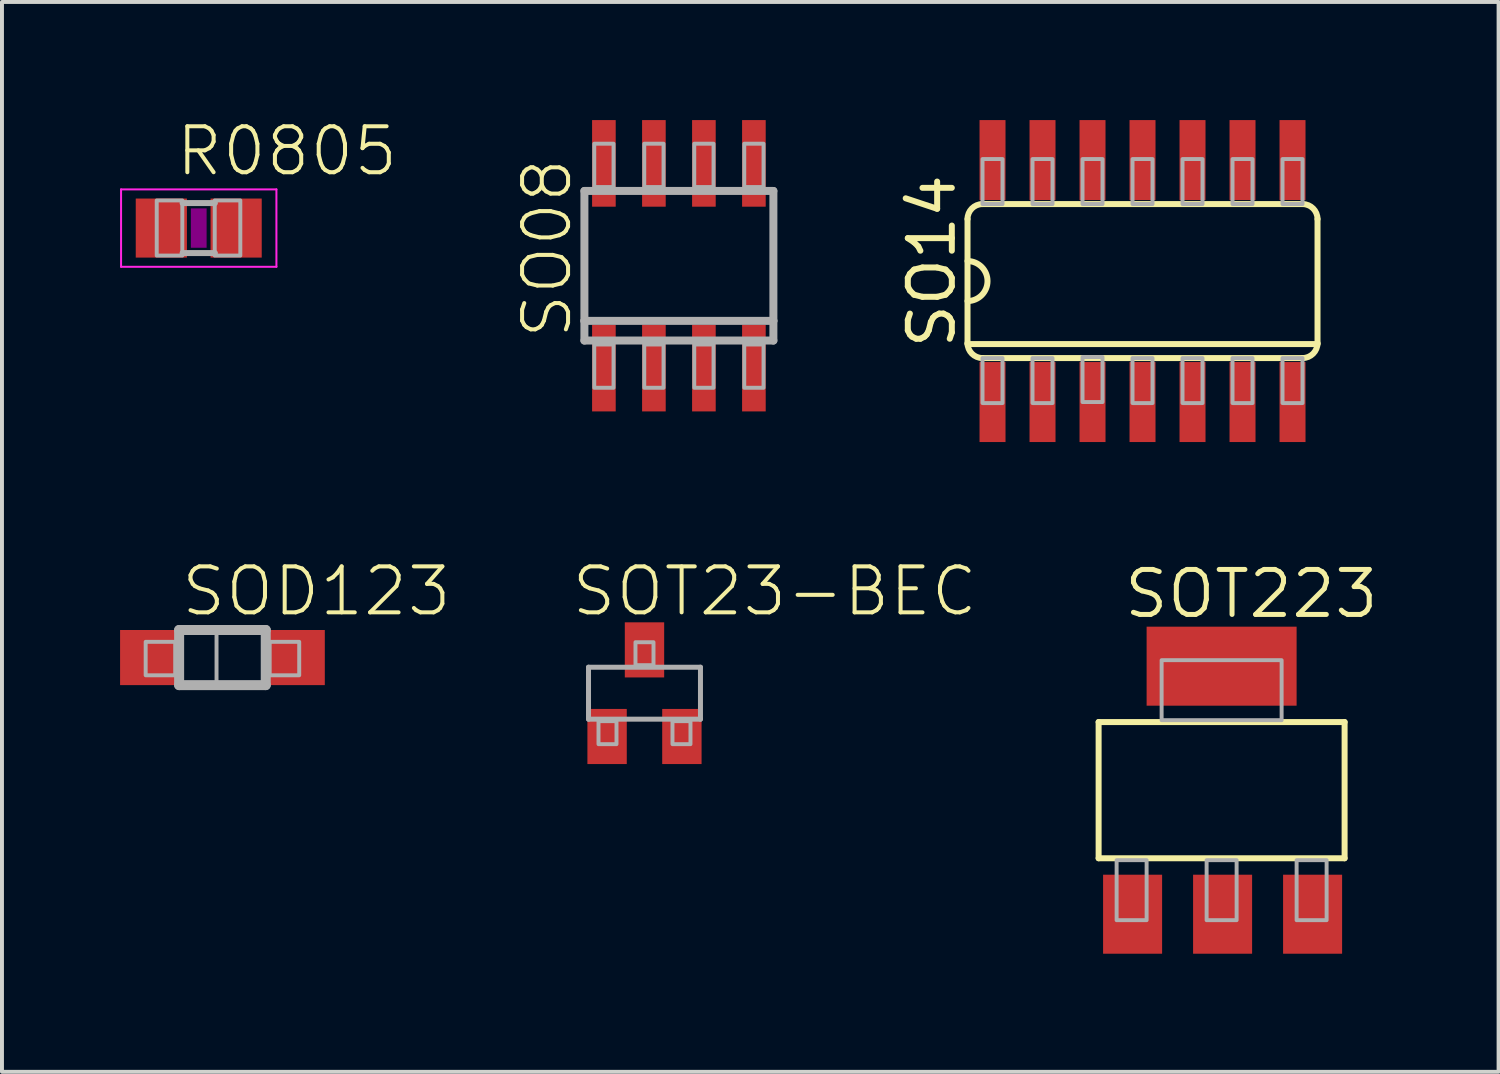
<source format=kicad_pcb>
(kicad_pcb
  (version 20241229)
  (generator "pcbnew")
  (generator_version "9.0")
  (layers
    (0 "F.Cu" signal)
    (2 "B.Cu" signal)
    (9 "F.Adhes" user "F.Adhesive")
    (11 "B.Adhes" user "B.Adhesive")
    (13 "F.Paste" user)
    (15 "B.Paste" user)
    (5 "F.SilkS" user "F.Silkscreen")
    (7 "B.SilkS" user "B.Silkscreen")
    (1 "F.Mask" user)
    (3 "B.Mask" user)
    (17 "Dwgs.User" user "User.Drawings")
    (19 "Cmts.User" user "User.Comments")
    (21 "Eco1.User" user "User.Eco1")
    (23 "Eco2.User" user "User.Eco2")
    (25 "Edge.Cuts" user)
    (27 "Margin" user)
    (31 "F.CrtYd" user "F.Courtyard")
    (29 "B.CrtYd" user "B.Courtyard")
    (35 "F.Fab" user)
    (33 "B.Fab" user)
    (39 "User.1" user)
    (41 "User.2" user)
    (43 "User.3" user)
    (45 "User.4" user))
  (footprint "R0805"
    (layer "F.Cu")
    (at 1.998 2.743)
    (property "Reference" "R0805" (at -0.635 -1.27 0) (layer "F.SilkS") (effects (font (size 1.168 1.168) (thickness 0.102)) (justify left bottom)))
    (fp_poly (pts (xy -0.2 0.5) (xy 0.2 0.5) (xy 0.2 -0.5) (xy -0.2 -0.5)) (stroke (width 0) (type solid)) (fill yes) (layer "F.Adhes"))
    (fp_line (start -1.973 -0.983) (end 1.973 -0.983) (stroke (width 0.051) (type solid)) (layer "F.CrtYd"))
    (fp_line (start -1.973 0.983) (end -1.973 -0.983) (stroke (width 0.051) (type solid)) (layer "F.CrtYd"))
    (fp_line (start 1.973 -0.983) (end 1.973 0.983) (stroke (width 0.051) (type solid)) (layer "F.CrtYd"))
    (fp_line (start 1.973 0.983) (end -1.973 0.983) (stroke (width 0.051) (type solid)) (layer "F.CrtYd"))
    (fp_line (start -0.41 -0.635) (end 0.41 -0.635) (stroke (width 0.152) (type solid)) (layer "F.Fab"))
    (fp_line (start -0.41 0.635) (end 0.41 0.635) (stroke (width 0.152) (type solid)) (layer "F.Fab"))
    (fp_poly (pts (xy -1.067 0.699) (xy -0.417 0.699) (xy -0.417 -0.702) (xy -1.067 -0.702)) (stroke (width 0.1) (type solid)) (fill no) (layer "F.Fab"))
    (fp_poly (pts (xy 0.406 0.699) (xy 1.056 0.699) (xy 1.056 -0.702) (xy 0.406 -0.702)) (stroke (width 0.1) (type solid)) (fill no) (layer "F.Fab"))
    (pad "1" smd rect (at -0.95 0) (size 1.3 1.5) (layers "F.Cu" "F.Mask" "F.Paste"))
    (pad "2" smd rect (at 0.95 0) (size 1.3 1.5) (layers "F.Cu" "F.Mask" "F.Paste")))
  (footprint "SOT223"
    (layer "F.Cu")
    (at 27.979 17.021)
    (property "Reference" "SOT223" (at -2.54 -4.318 0) (layer "F.SilkS") (effects (font (size 1.143 1.143) (thickness 0.127)) (justify left bottom)))
    (fp_line (start -3.124 -1.731) (end -3.124 1.729) (stroke (width 0.152) (type solid)) (layer "F.SilkS"))
    (fp_line (start -3.124 -1.731) (end 3.124 -1.731) (stroke (width 0.152) (type solid)) (layer "F.SilkS"))
    (fp_line (start 3.124 1.729) (end -3.124 1.729) (stroke (width 0.152) (type solid)) (layer "F.SilkS"))
    (fp_line (start 3.124 1.729) (end 3.124 -1.731) (stroke (width 0.152) (type solid)) (layer "F.SilkS"))
    (fp_poly (pts (xy -2.667 3.302) (xy -1.905 3.302) (xy -1.905 1.778) (xy -2.667 1.778)) (stroke (width 0.1) (type solid)) (fill no) (layer "F.Fab"))
    (fp_poly (pts (xy -1.524 -1.778) (xy 1.524 -1.778) (xy 1.524 -3.302) (xy -1.524 -3.302)) (stroke (width 0.1) (type solid)) (fill no) (layer "F.Fab"))
    (fp_poly (pts (xy -0.381 3.302) (xy 0.381 3.302) (xy 0.381 1.778) (xy -0.381 1.778)) (stroke (width 0.1) (type solid)) (fill no) (layer "F.Fab"))
    (fp_poly (pts (xy 1.905 3.302) (xy 2.667 3.302) (xy 2.667 1.778) (xy 1.905 1.778)) (stroke (width 0.1) (type solid)) (fill no) (layer "F.Fab"))
    (pad "1" smd rect (at -2.261 3.15) (size 1.499 2.007) (layers "F.Cu" "F.Mask" "F.Paste"))
    (pad "2" smd rect (at 0.025 3.15) (size 1.499 2.007) (layers "F.Cu" "F.Mask" "F.Paste"))
    (pad "3" smd rect (at 2.311 3.15) (size 1.499 2.007) (layers "F.Cu" "F.Mask" "F.Paste"))
    (pad "4" smd rect (at 0 -3.15) (size 3.81 2.007) (layers "F.Cu" "F.Mask" "F.Paste")))
  (footprint "SOD123"
    (layer "F.Cu")
    (at 2.6 13.652)
    (property "Reference" "SOD123" (at -1.1 -1 0) (layer "F.SilkS") (effects (font (size 1.168 1.168) (thickness 0.102)) (justify left bottom)))
    (fp_line (start -1.1 -0.7) (end 1.1 -0.7) (stroke (width 0.254) (type solid)) (layer "F.Fab"))
    (fp_line (start -1.1 0.7) (end -1.1 -0.7) (stroke (width 0.254) (type solid)) (layer "F.Fab"))
    (fp_line (start 1.1 -0.7) (end 1.1 0.7) (stroke (width 0.254) (type solid)) (layer "F.Fab"))
    (fp_line (start 1.1 0.7) (end -1.1 0.7) (stroke (width 0.254) (type solid)) (layer "F.Fab"))
    (fp_poly (pts (xy -1.95 0.45) (xy -1.2 0.45) (xy -1.2 -0.4) (xy -1.95 -0.4)) (stroke (width 0.1) (type solid)) (fill no) (layer "F.Fab"))
    (fp_poly (pts (xy -1.05 0.65) (xy -0.15 0.65) (xy -0.15 -0.7) (xy -1.05 -0.7)) (stroke (width 0.1) (type solid)) (fill no) (layer "F.Fab"))
    (fp_poly (pts (xy 1.2 0.45) (xy 1.95 0.45) (xy 1.95 -0.4) (xy 1.2 -0.4)) (stroke (width 0.1) (type solid)) (fill no) (layer "F.Fab"))
    (pad "A" smd rect (at 1.9 0) (size 1.4 1.4) (layers "F.Cu" "F.Mask" "F.Paste"))
    (pad "C" smd rect (at -1.9 0) (size 1.4 1.4) (layers "F.Cu" "F.Mask" "F.Paste")))
  (footprint "SO14"
    (layer "F.Cu")
    (at 25.97 4.089)
    (property "Reference" "SO14" (at -4.699 1.778 90) (layer "F.SilkS") (effects (font (size 1.118 1.118) (thickness 0.152)) (justify left bottom)))
    (fp_line (start -4.445 -1.575) (end -4.445 1.575) (stroke (width 0.152) (type solid)) (layer "F.SilkS"))
    (fp_line (start -4.445 1.6) (end 4.445 1.6) (stroke (width 0.152) (type solid)) (layer "F.SilkS"))
    (fp_line (start -4.064 1.956) (end 4.064 1.956) (stroke (width 0.152) (type solid)) (layer "F.SilkS"))
    (fp_line (start 4.064 -1.956) (end -4.064 -1.956) (stroke (width 0.152) (type solid)) (layer "F.SilkS"))
    (fp_line (start 4.445 1.575) (end 4.445 -1.575) (stroke (width 0.152) (type solid)) (layer "F.SilkS"))
    (fp_arc (start -4.445 -1.5748) (mid -4.333408 -1.844208) (end -4.064 -1.9558) (stroke (width 0.1524) (type solid)) (layer "F.SilkS"))
    (fp_arc (start -4.445 -0.508) (mid -3.937 0) (end -4.445 0.508) (stroke (width 0.1524) (type solid)) (layer "F.SilkS"))
    (fp_arc (start -4.064 1.9558) (mid -4.333408 1.844208) (end -4.445 1.5748) (stroke (width 0.1524) (type solid)) (layer "F.SilkS"))
    (fp_arc (start 4.064 -1.9558) (mid 4.333408 -1.844208) (end 4.445 -1.5748) (stroke (width 0.1524) (type solid)) (layer "F.SilkS"))
    (fp_arc (start 4.445 1.5748) (mid 4.333408 1.844208) (end 4.064 1.9558) (stroke (width 0.1524) (type solid)) (layer "F.SilkS"))
    (fp_poly (pts (xy -4.064 -1.956) (xy -3.556 -1.956) (xy -3.556 -3.099) (xy -4.064 -3.099)) (stroke (width 0.1) (type solid)) (fill no) (layer "F.Fab"))
    (fp_poly (pts (xy -4.064 3.099) (xy -3.556 3.099) (xy -3.556 1.956) (xy -4.064 1.956)) (stroke (width 0.1) (type solid)) (fill no) (layer "F.Fab"))
    (fp_poly (pts (xy -2.794 -1.956) (xy -2.286 -1.956) (xy -2.286 -3.099) (xy -2.794 -3.099)) (stroke (width 0.1) (type solid)) (fill no) (layer "F.Fab"))
    (fp_poly (pts (xy -2.794 3.099) (xy -2.286 3.099) (xy -2.286 1.956) (xy -2.794 1.956)) (stroke (width 0.1) (type solid)) (fill no) (layer "F.Fab"))
    (fp_poly (pts (xy -1.524 -1.956) (xy -1.016 -1.956) (xy -1.016 -3.099) (xy -1.524 -3.099)) (stroke (width 0.1) (type solid)) (fill no) (layer "F.Fab"))
    (fp_poly (pts (xy -1.524 3.073) (xy -1.016 3.073) (xy -1.016 1.93) (xy -1.524 1.93)) (stroke (width 0.1) (type solid)) (fill no) (layer "F.Fab"))
    (fp_poly (pts (xy -0.254 -1.956) (xy 0.254 -1.956) (xy 0.254 -3.099) (xy -0.254 -3.099)) (stroke (width 0.1) (type solid)) (fill no) (layer "F.Fab"))
    (fp_poly (pts (xy -0.254 3.099) (xy 0.254 3.099) (xy 0.254 1.956) (xy -0.254 1.956)) (stroke (width 0.1) (type solid)) (fill no) (layer "F.Fab"))
    (fp_poly (pts (xy 1.016 -1.956) (xy 1.524 -1.956) (xy 1.524 -3.099) (xy 1.016 -3.099)) (stroke (width 0.1) (type solid)) (fill no) (layer "F.Fab"))
    (fp_poly (pts (xy 1.016 3.099) (xy 1.524 3.099) (xy 1.524 1.956) (xy 1.016 1.956)) (stroke (width 0.1) (type solid)) (fill no) (layer "F.Fab"))
    (fp_poly (pts (xy 2.286 -1.956) (xy 2.794 -1.956) (xy 2.794 -3.099) (xy 2.286 -3.099)) (stroke (width 0.1) (type solid)) (fill no) (layer "F.Fab"))
    (fp_poly (pts (xy 2.286 3.099) (xy 2.794 3.099) (xy 2.794 1.956) (xy 2.286 1.956)) (stroke (width 0.1) (type solid)) (fill no) (layer "F.Fab"))
    (fp_poly (pts (xy 3.556 -1.956) (xy 4.064 -1.956) (xy 4.064 -3.099) (xy 3.556 -3.099)) (stroke (width 0.1) (type solid)) (fill no) (layer "F.Fab"))
    (fp_poly (pts (xy 3.556 3.099) (xy 4.064 3.099) (xy 4.064 1.956) (xy 3.556 1.956)) (stroke (width 0.1) (type solid)) (fill no) (layer "F.Fab"))
    (pad "1" smd rect (at -3.81 3.073) (size 0.66 2.032) (layers "F.Cu" "F.Mask" "F.Paste"))
    (pad "2" smd rect (at -2.54 3.073) (size 0.66 2.032) (layers "F.Cu" "F.Mask" "F.Paste"))
    (pad "3" smd rect (at -1.27 3.073) (size 0.66 2.032) (layers "F.Cu" "F.Mask" "F.Paste"))
    (pad "4" smd rect (at 0 3.073) (size 0.66 2.032) (layers "F.Cu" "F.Mask" "F.Paste"))
    (pad "5" smd rect (at 1.27 3.073) (size 0.66 2.032) (layers "F.Cu" "F.Mask" "F.Paste"))
    (pad "6" smd rect (at 2.54 3.073) (size 0.66 2.032) (layers "F.Cu" "F.Mask" "F.Paste"))
    (pad "7" smd rect (at 3.81 3.073) (size 0.66 2.032) (layers "F.Cu" "F.Mask" "F.Paste"))
    (pad "8" smd rect (at 3.81 -3.073) (size 0.66 2.032) (layers "F.Cu" "F.Mask" "F.Paste"))
    (pad "9" smd rect (at 2.54 -3.073) (size 0.66 2.032) (layers "F.Cu" "F.Mask" "F.Paste"))
    (pad "10" smd rect (at 1.27 -3.073) (size 0.66 2.032) (layers "F.Cu" "F.Mask" "F.Paste"))
    (pad "11" smd rect (at 0 -3.073) (size 0.66 2.032) (layers "F.Cu" "F.Mask" "F.Paste"))
    (pad "12" smd rect (at -1.27 -3.073) (size 0.66 2.032) (layers "F.Cu" "F.Mask" "F.Paste"))
    (pad "13" smd rect (at -2.54 -3.073) (size 0.66 2.032) (layers "F.Cu" "F.Mask" "F.Paste"))
    (pad "14" smd rect (at -3.81 -3.073) (size 0.66 2.032) (layers "F.Cu" "F.Mask" "F.Paste")))
  (footprint "SO08"
    (layer "F.Cu")
    (at 14.194 3.7)
    (property "Reference" "SO08" (at -2.667 1.905 90) (layer "F.SilkS") (effects (font (size 1.168 1.168) (thickness 0.102)) (justify left bottom)))
    (fp_line (start -2.4 -1.9) (end 2.4 -1.9) (stroke (width 0.203) (type solid)) (layer "F.Fab"))
    (fp_line (start -2.4 1.4) (end -2.4 -1.9) (stroke (width 0.203) (type solid)) (layer "F.Fab"))
    (fp_line (start -2.4 1.9) (end -2.4 1.4) (stroke (width 0.203) (type solid)) (layer "F.Fab"))
    (fp_line (start 2.4 -1.9) (end 2.4 1.4) (stroke (width 0.203) (type solid)) (layer "F.Fab"))
    (fp_line (start 2.4 1.4) (end -2.4 1.4) (stroke (width 0.203) (type solid)) (layer "F.Fab"))
    (fp_line (start 2.4 1.4) (end 2.4 1.9) (stroke (width 0.203) (type solid)) (layer "F.Fab"))
    (fp_line (start 2.4 1.9) (end -2.4 1.9) (stroke (width 0.203) (type solid)) (layer "F.Fab"))
    (fp_poly (pts (xy -2.15 -2) (xy -1.66 -2) (xy -1.66 -3.1) (xy -2.15 -3.1)) (stroke (width 0.1) (type solid)) (fill no) (layer "F.Fab"))
    (fp_poly (pts (xy -2.15 3.1) (xy -1.66 3.1) (xy -1.66 2) (xy -2.15 2)) (stroke (width 0.1) (type solid)) (fill no) (layer "F.Fab"))
    (fp_poly (pts (xy -0.88 -2) (xy -0.39 -2) (xy -0.39 -3.1) (xy -0.88 -3.1)) (stroke (width 0.1) (type solid)) (fill no) (layer "F.Fab"))
    (fp_poly (pts (xy -0.88 3.1) (xy -0.39 3.1) (xy -0.39 2) (xy -0.88 2)) (stroke (width 0.1) (type solid)) (fill no) (layer "F.Fab"))
    (fp_poly (pts (xy 0.39 -2) (xy 0.88 -2) (xy 0.88 -3.1) (xy 0.39 -3.1)) (stroke (width 0.1) (type solid)) (fill no) (layer "F.Fab"))
    (fp_poly (pts (xy 0.39 3.1) (xy 0.88 3.1) (xy 0.88 2) (xy 0.39 2)) (stroke (width 0.1) (type solid)) (fill no) (layer "F.Fab"))
    (fp_poly (pts (xy 1.66 -2) (xy 2.15 -2) (xy 2.15 -3.1) (xy 1.66 -3.1)) (stroke (width 0.1) (type solid)) (fill no) (layer "F.Fab"))
    (fp_poly (pts (xy 1.66 3.1) (xy 2.15 3.1) (xy 2.15 2) (xy 1.66 2)) (stroke (width 0.1) (type solid)) (fill no) (layer "F.Fab"))
    (pad "1" smd rect (at -1.905 2.6) (size 0.6 2.2) (layers "F.Cu" "F.Mask" "F.Paste"))
    (pad "2" smd rect (at -0.635 2.6) (size 0.6 2.2) (layers "F.Cu" "F.Mask" "F.Paste"))
    (pad "3" smd rect (at 0.635 2.6) (size 0.6 2.2) (layers "F.Cu" "F.Mask" "F.Paste"))
    (pad "4" smd rect (at 1.905 2.6) (size 0.6 2.2) (layers "F.Cu" "F.Mask" "F.Paste"))
    (pad "5" smd rect (at 1.905 -2.6) (size 0.6 2.2) (layers "F.Cu" "F.Mask" "F.Paste"))
    (pad "6" smd rect (at 0.635 -2.6) (size 0.6 2.2) (layers "F.Cu" "F.Mask" "F.Paste"))
    (pad "7" smd rect (at -0.635 -2.6) (size 0.6 2.2) (layers "F.Cu" "F.Mask" "F.Paste"))
    (pad "8" smd rect (at -1.905 -2.6) (size 0.6 2.2) (layers "F.Cu" "F.Mask" "F.Paste")))
  (footprint "SOT23-BEC"
    (layer "F.Cu")
    (at 13.32 14.557)
    (property "Reference" "SOT23-BEC" (at -1.905 -1.905 0) (layer "F.SilkS") (effects (font (size 1.168 1.168) (thickness 0.102)) (justify left bottom)))
    (fp_line (start -1.422 -0.66) (end 1.422 -0.66) (stroke (width 0.127) (type solid)) (layer "F.Fab"))
    (fp_line (start -1.422 0.66) (end -1.422 -0.66) (stroke (width 0.127) (type solid)) (layer "F.Fab"))
    (fp_line (start 1.422 -0.66) (end 1.422 0.66) (stroke (width 0.127) (type solid)) (layer "F.Fab"))
    (fp_line (start 1.422 0.66) (end -1.422 0.66) (stroke (width 0.127) (type solid)) (layer "F.Fab"))
    (fp_poly (pts (xy -1.168 1.295) (xy -0.711 1.295) (xy -0.711 0.711) (xy -1.168 0.711)) (stroke (width 0.1) (type solid)) (fill no) (layer "F.Fab"))
    (fp_poly (pts (xy -0.229 -0.711) (xy 0.229 -0.711) (xy 0.229 -1.295) (xy -0.229 -1.295)) (stroke (width 0.1) (type solid)) (fill no) (layer "F.Fab"))
    (fp_poly (pts (xy 0.711 1.295) (xy 1.168 1.295) (xy 1.168 0.711) (xy 0.711 0.711)) (stroke (width 0.1) (type solid)) (fill no) (layer "F.Fab"))
    (pad "B" smd rect (at -0.95 1.1) (size 1 1.4) (layers "F.Cu" "F.Mask" "F.Paste"))
    (pad "C" smd rect (at 0 -1.1) (size 1 1.4) (layers "F.Cu" "F.Mask" "F.Paste"))
    (pad "E" smd rect (at 0.95 1.1) (size 1 1.4) (layers "F.Cu" "F.Mask" "F.Paste")))
  (gr_rect
    (start -3 -3)
    (end 35.014 24.174)
    (stroke (width 0.1) (type default))
    (fill no)
    (layer "Edge.Cuts")))
</source>
